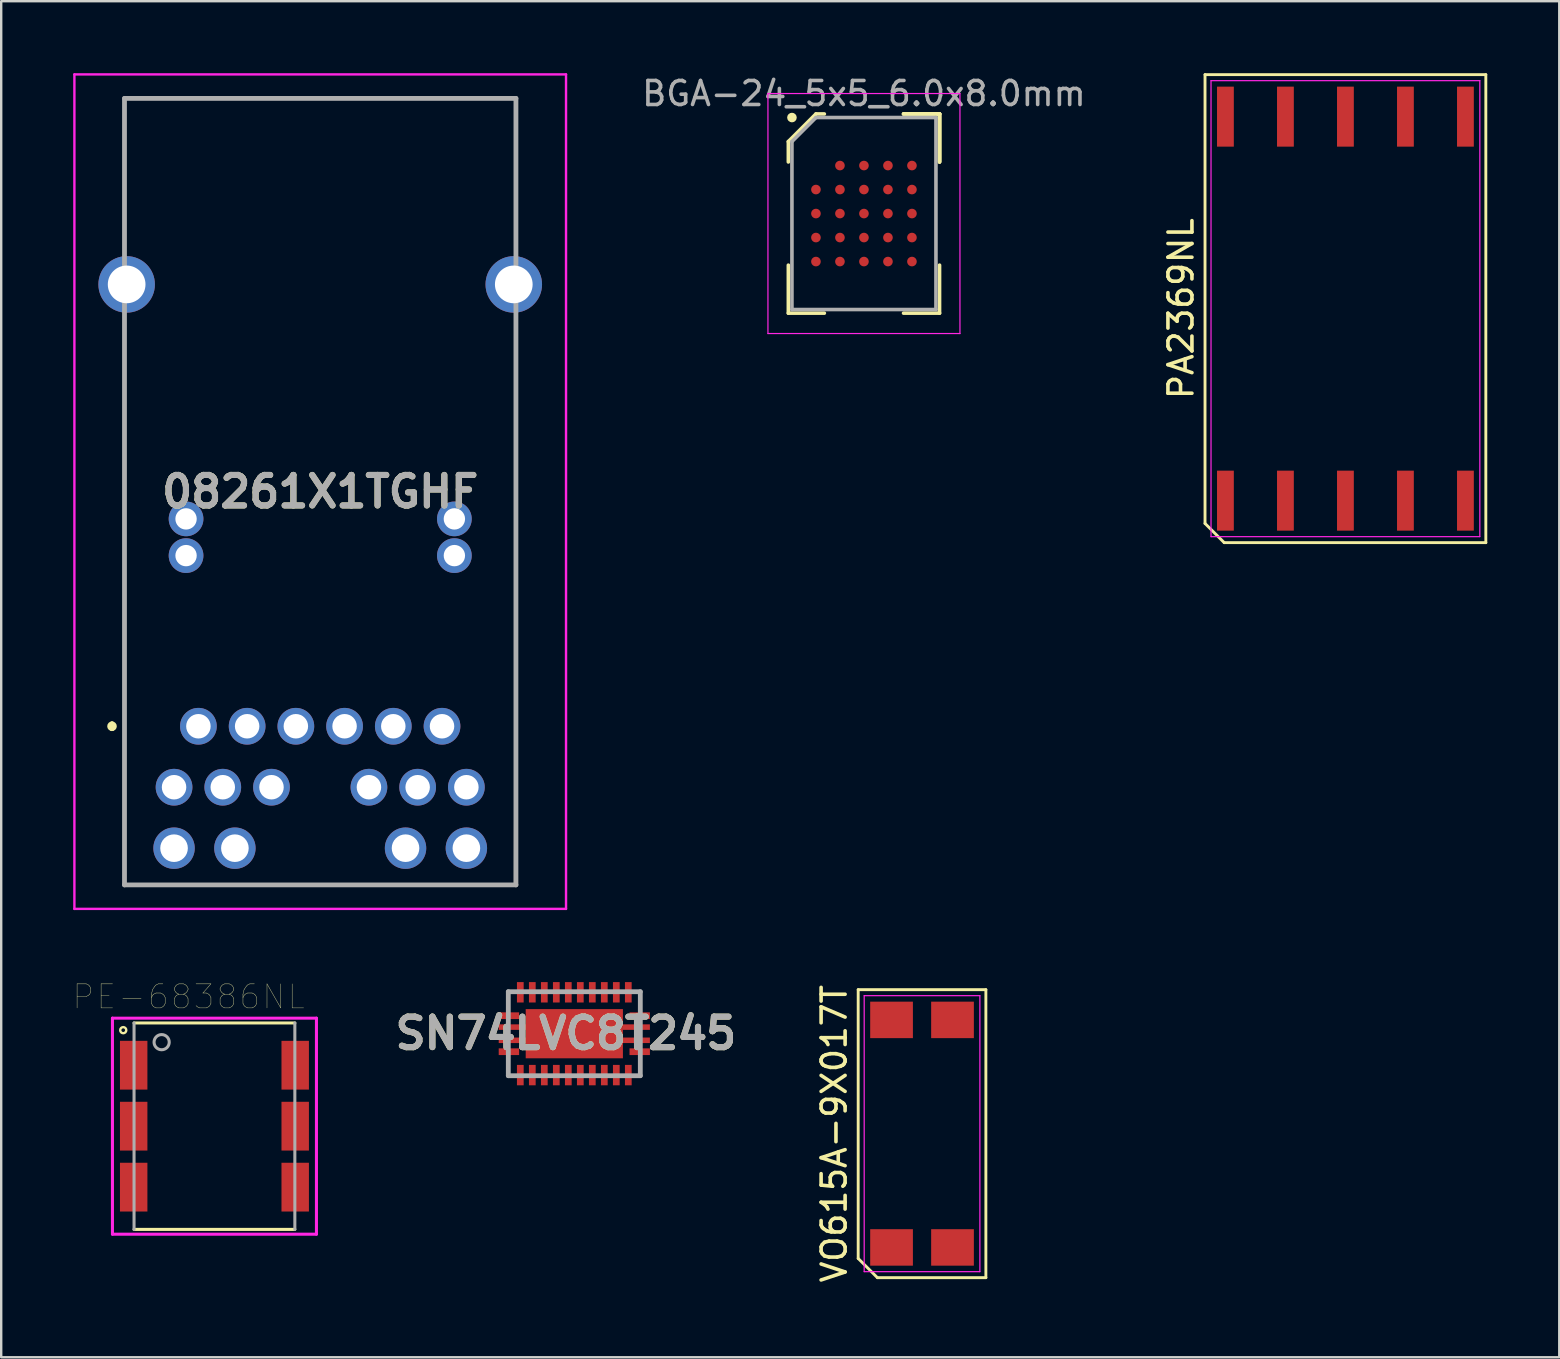
<source format=kicad_pcb>
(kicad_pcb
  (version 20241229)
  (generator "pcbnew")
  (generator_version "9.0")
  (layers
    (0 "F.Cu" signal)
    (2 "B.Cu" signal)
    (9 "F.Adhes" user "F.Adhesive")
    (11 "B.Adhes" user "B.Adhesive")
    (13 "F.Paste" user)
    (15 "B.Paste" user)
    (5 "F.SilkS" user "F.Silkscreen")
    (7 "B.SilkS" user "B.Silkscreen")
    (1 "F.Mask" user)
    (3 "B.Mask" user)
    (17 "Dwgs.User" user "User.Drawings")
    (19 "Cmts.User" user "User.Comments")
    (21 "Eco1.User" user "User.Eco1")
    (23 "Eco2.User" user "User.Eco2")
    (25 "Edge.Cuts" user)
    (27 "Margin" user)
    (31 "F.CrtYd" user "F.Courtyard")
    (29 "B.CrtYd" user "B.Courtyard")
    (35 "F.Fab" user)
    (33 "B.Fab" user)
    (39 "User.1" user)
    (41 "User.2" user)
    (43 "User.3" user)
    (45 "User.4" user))
  (footprint "PA2369NL"
    (layer "F.Cu")
    (at 53.008 9.81)
    (property "Reference" "PA2369NL" (at -6.85 0 90) (layer "F.SilkS") (effects (font (size 1 1) (thickness 0.15))))
    (attr smd)
    (fp_line (start -5.85 -9.75) (end 5.85 -9.75) (stroke (width 0.12) (type solid)) (layer "F.SilkS"))
    (fp_line (start -5.85 8.95) (end -5.85 -9.75) (stroke (width 0.12) (type solid)) (layer "F.SilkS"))
    (fp_line (start -5.05 9.75) (end -5.85 8.95) (stroke (width 0.12) (type solid)) (layer "F.SilkS"))
    (fp_line (start 5.85 -9.75) (end 5.85 9.75) (stroke (width 0.12) (type solid)) (layer "F.SilkS"))
    (fp_line (start 5.85 9.75) (end -5.05 9.75) (stroke (width 0.12) (type solid)) (layer "F.SilkS"))
    (fp_line (start -5.6 -9.5) (end 5.6 -9.5) (stroke (width 0.05) (type solid)) (layer "F.CrtYd"))
    (fp_line (start -5.6 9.5) (end -5.6 -9.5) (stroke (width 0.05) (type solid)) (layer "F.CrtYd"))
    (fp_line (start 5.6 -9.5) (end 5.6 9.5) (stroke (width 0.05) (type solid)) (layer "F.CrtYd"))
    (fp_line (start 5.6 9.5) (end -5.6 9.5) (stroke (width 0.05) (type solid)) (layer "F.CrtYd"))
    (pad "1" smd rect (at -5 8) (size 0.7 2.5) (layers "F.Cu" "F.Mask" "F.Paste"))
    (pad "2" smd rect (at -2.5 8) (size 0.7 2.5) (layers "F.Cu" "F.Mask" "F.Paste"))
    (pad "3" smd rect (at 0 8) (size 0.7 2.5) (layers "F.Cu" "F.Mask" "F.Paste"))
    (pad "4" smd rect (at 2.5 8) (size 0.7 2.5) (layers "F.Cu" "F.Mask" "F.Paste"))
    (pad "5" smd rect (at 5 8) (size 0.7 2.5) (layers "F.Cu" "F.Mask" "F.Paste"))
    (pad "6" smd rect (at 5 -8) (size 0.7 2.5) (layers "F.Cu" "F.Mask" "F.Paste"))
    (pad "7" smd rect (at 2.5 -8) (size 0.7 2.5) (layers "F.Cu" "F.Mask" "F.Paste"))
    (pad "8" smd rect (at 0 -8) (size 0.7 2.5) (layers "F.Cu" "F.Mask" "F.Paste"))
    (pad "9" smd rect (at -2.5 -8) (size 0.7 2.5) (layers "F.Cu" "F.Mask" "F.Paste"))
    (pad "10" smd rect (at -5 -8) (size 0.7 2.5) (layers "F.Cu" "F.Mask" "F.Paste")))
  (footprint "SN74LVC8T245"
    (layer "F.Cu")
    (at 20.879 40.02)
    (property "Reference" "SN74LVC8T245" (at -0.35 -0.015 0) (layer "F.SilkS") (effects (font (size 1.27 1.27) (thickness 0.254))))
    (attr smd)
    (fp_line (start -2.75 -1.75) (end 2.75 -1.75) (stroke (width 0.2) (type solid)) (layer "F.Fab"))
    (fp_line (start -2.75 1.75) (end -2.75 -1.75) (stroke (width 0.2) (type solid)) (layer "F.Fab"))
    (fp_line (start 2.75 -1.75) (end 2.75 1.75) (stroke (width 0.2) (type solid)) (layer "F.Fab"))
    (fp_line (start 2.75 1.75) (end -2.75 1.75) (stroke (width 0.2) (type solid)) (layer "F.Fab"))
    (fp_text user "${REFERENCE}" (at -0.35 -0.015 0) (layer "F.Fab") (effects (font (size 1.27 1.27) (thickness 0.254))))
    (pad "1" smd rect (at -2.725 0.75 90) (size 0.28 0.85) (layers "F.Cu" "F.Mask" "F.Paste"))
    (pad "2" smd rect (at -2.25 1.725) (size 0.28 0.85) (layers "F.Cu" "F.Mask" "F.Paste"))
    (pad "3" smd rect (at -1.75 1.725) (size 0.28 0.85) (layers "F.Cu" "F.Mask" "F.Paste"))
    (pad "4" smd rect (at -1.25 1.725) (size 0.28 0.85) (layers "F.Cu" "F.Mask" "F.Paste"))
    (pad "5" smd rect (at -0.75 1.725) (size 0.28 0.85) (layers "F.Cu" "F.Mask" "F.Paste"))
    (pad "6" smd rect (at -0.25 1.725) (size 0.28 0.85) (layers "F.Cu" "F.Mask" "F.Paste"))
    (pad "7" smd rect (at 0.25 1.725) (size 0.28 0.85) (layers "F.Cu" "F.Mask" "F.Paste"))
    (pad "8" smd rect (at 0.75 1.725) (size 0.28 0.85) (layers "F.Cu" "F.Mask" "F.Paste"))
    (pad "9" smd rect (at 1.25 1.725) (size 0.28 0.85) (layers "F.Cu" "F.Mask" "F.Paste"))
    (pad "10" smd rect (at 1.75 1.725) (size 0.28 0.85) (layers "F.Cu" "F.Mask" "F.Paste"))
    (pad "11" smd rect (at 2.25 1.725) (size 0.28 0.85) (layers "F.Cu" "F.Mask" "F.Paste"))
    (pad "12" smd rect (at 2.725 0.75 90) (size 0.28 0.85) (layers "F.Cu" "F.Mask" "F.Paste"))
    (pad "13" smd rect (at 2.725 -0.75 90) (size 0.28 0.85) (layers "F.Cu" "F.Mask" "F.Paste"))
    (pad "14" smd rect (at 2.25 -1.725) (size 0.28 0.85) (layers "F.Cu" "F.Mask" "F.Paste"))
    (pad "15" smd rect (at 1.75 -1.725) (size 0.28 0.85) (layers "F.Cu" "F.Mask" "F.Paste"))
    (pad "16" smd rect (at 1.25 -1.725) (size 0.28 0.85) (layers "F.Cu" "F.Mask" "F.Paste"))
    (pad "17" smd rect (at 0.75 -1.725) (size 0.28 0.85) (layers "F.Cu" "F.Mask" "F.Paste"))
    (pad "18" smd rect (at 0.25 -1.725) (size 0.28 0.85) (layers "F.Cu" "F.Mask" "F.Paste"))
    (pad "19" smd rect (at -0.25 -1.725) (size 0.28 0.85) (layers "F.Cu" "F.Mask" "F.Paste"))
    (pad "20" smd rect (at -0.75 -1.725) (size 0.28 0.85) (layers "F.Cu" "F.Mask" "F.Paste"))
    (pad "21" smd rect (at -1.25 -1.725) (size 0.28 0.85) (layers "F.Cu" "F.Mask" "F.Paste"))
    (pad "22" smd rect (at -1.75 -1.725) (size 0.28 0.85) (layers "F.Cu" "F.Mask" "F.Paste"))
    (pad "23" smd rect (at -2.25 -1.725) (size 0.28 0.85) (layers "F.Cu" "F.Mask" "F.Paste"))
    (pad "24" smd rect (at -2.725 -0.75 90) (size 0.28 0.85) (layers "F.Cu" "F.Mask" "F.Paste"))
    (pad "25" smd rect (at 0 0 90) (size 2.05 4.05) (layers "F.Cu" "F.Mask" "F.Paste"))
    (pad "26" smd rect (at 2.587 0.275 90) (size 0.23 1.125) (layers "F.Cu" "F.Mask" "F.Paste"))
    (pad "27" smd rect (at 2.587 -0.275 90) (size 0.23 1.125) (layers "F.Cu" "F.Mask" "F.Paste"))
    (pad "28" smd rect (at -2.587 -0.275 90) (size 0.23 1.125) (layers "F.Cu" "F.Mask" "F.Paste"))
    (pad "29" smd rect (at -2.587 0.275 90) (size 0.23 1.125) (layers "F.Cu" "F.Mask" "F.Paste")))
  (footprint "VO615A-9X017T"
    (layer "F.Cu")
    (at 35.367 44.185)
    (property "Reference" "VO615A-9X017T" (at -3.66 0 90) (layer "F.SilkS") (effects (font (size 1 1) (thickness 0.15))))
    (attr smd)
    (fp_line (start -2.66 -6) (end 2.66 -6) (stroke (width 0.12) (type solid)) (layer "F.SilkS"))
    (fp_line (start -2.66 5.2) (end -2.66 -6) (stroke (width 0.12) (type solid)) (layer "F.SilkS"))
    (fp_line (start -1.86 6) (end -2.66 5.2) (stroke (width 0.12) (type solid)) (layer "F.SilkS"))
    (fp_line (start 2.66 -6) (end 2.66 6) (stroke (width 0.12) (type solid)) (layer "F.SilkS"))
    (fp_line (start 2.66 6) (end -1.86 6) (stroke (width 0.12) (type solid)) (layer "F.SilkS"))
    (fp_line (start -2.41 -5.75) (end 2.41 -5.75) (stroke (width 0.05) (type solid)) (layer "F.CrtYd"))
    (fp_line (start -2.41 5.75) (end -2.41 -5.75) (stroke (width 0.05) (type solid)) (layer "F.CrtYd"))
    (fp_line (start 2.41 -5.75) (end 2.41 5.75) (stroke (width 0.05) (type solid)) (layer "F.CrtYd"))
    (fp_line (start 2.41 5.75) (end -2.41 5.75) (stroke (width 0.05) (type solid)) (layer "F.CrtYd"))
    (pad "1" smd rect (at -1.27 4.74) (size 1.78 1.52) (layers "F.Cu" "F.Mask" "F.Paste"))
    (pad "2" smd rect (at 1.27 4.74) (size 1.78 1.52) (layers "F.Cu" "F.Mask" "F.Paste"))
    (pad "3" smd rect (at 1.27 -4.74) (size 1.78 1.52) (layers "F.Cu" "F.Mask" "F.Paste"))
    (pad "4" smd rect (at -1.27 -4.74) (size 1.78 1.52) (layers "F.Cu" "F.Mask" "F.Paste")))
  (footprint "08261X1TGHF"
    (layer "F.Cu")
    (at 5.217 27.21)
    (property "Reference" "08261X1TGHF" (at 5.075 -9.775 0) (layer "F.SilkS") (effects (font (size 1.27 1.27) (thickness 0.254))))
    (attr through_hole)
    (fp_line (start -3.6 -0.1) (end -3.6 -0.1) (stroke (width 0.2) (type solid)) (layer "F.SilkS"))
    (fp_line (start -3.6 0.1) (end -3.6 0.1) (stroke (width 0.2) (type solid)) (layer "F.SilkS"))
    (fp_line (start -3.08 -26.16) (end 13.23 -26.16) (stroke (width 0.1) (type solid)) (layer "F.SilkS"))
    (fp_line (start -3.08 -21.08) (end -3.08 -26.16) (stroke (width 0.1) (type solid)) (layer "F.SilkS"))
    (fp_line (start -3.08 -13.46) (end -3.08 6.61) (stroke (width 0.1) (type solid)) (layer "F.SilkS"))
    (fp_line (start -3.08 6.61) (end 13.195 6.61) (stroke (width 0.1) (type solid)) (layer "F.SilkS"))
    (fp_line (start 13.195 6.61) (end 13.23 -15.24) (stroke (width 0.1) (type solid)) (layer "F.SilkS"))
    (fp_line (start 13.23 -26.16) (end 13.23 -21.08) (stroke (width 0.1) (type solid)) (layer "F.SilkS"))
    (fp_arc (start -3.6 -0.1) (mid -3.5 0) (end -3.6 0.1) (stroke (width 0.2) (type solid)) (layer "F.SilkS"))
    (fp_arc (start -3.6 0.1) (mid -3.7 0) (end -3.6 -0.1) (stroke (width 0.2) (type solid)) (layer "F.SilkS"))
    (fp_line (start -5.167 -27.16) (end 15.317 -27.16) (stroke (width 0.1) (type solid)) (layer "F.CrtYd"))
    (fp_line (start -5.167 7.61) (end -5.167 -27.16) (stroke (width 0.1) (type solid)) (layer "F.CrtYd"))
    (fp_line (start 15.317 -27.16) (end 15.317 7.61) (stroke (width 0.1) (type solid)) (layer "F.CrtYd"))
    (fp_line (start 15.317 7.61) (end -5.167 7.61) (stroke (width 0.1) (type solid)) (layer "F.CrtYd"))
    (fp_line (start -3.08 -26.16) (end 13.23 -26.16) (stroke (width 0.2) (type solid)) (layer "F.Fab"))
    (fp_line (start -3.08 6.61) (end -3.08 -26.16) (stroke (width 0.2) (type solid)) (layer "F.Fab"))
    (fp_line (start 13.23 -26.16) (end 13.23 6.61) (stroke (width 0.2) (type solid)) (layer "F.Fab"))
    (fp_line (start 13.23 6.61) (end -3.08 6.61) (stroke (width 0.2) (type solid)) (layer "F.Fab"))
    (fp_text user "${REFERENCE}" (at 5.075 -9.775 0) (layer "F.Fab") (effects (font (size 1.27 1.27) (thickness 0.254))))
    (pad "" np_thru_hole circle (at -1.275 -15.24) (size 0.001 0.001) (drill 3.25) (layers "*.Cu" "*.Mask"))
    (pad "" np_thru_hole circle (at 11.425 -15.24) (size 0.001 0.001) (drill 3.25) (layers "*.Cu" "*.Mask"))
    (pad "1" thru_hole circle (at 0 0) (size 1.53 1.53) (drill 1.02) (layers "*.Cu" "*.Mask"))
    (pad "2" thru_hole circle (at 2.03 0) (size 1.53 1.53) (drill 1.02) (layers "*.Cu" "*.Mask"))
    (pad "3" thru_hole circle (at 4.06 0) (size 1.53 1.53) (drill 1.02) (layers "*.Cu" "*.Mask"))
    (pad "4" thru_hole circle (at 6.09 0) (size 1.53 1.53) (drill 1.02) (layers "*.Cu" "*.Mask"))
    (pad "5" thru_hole circle (at 8.12 0) (size 1.53 1.53) (drill 1.02) (layers "*.Cu" "*.Mask"))
    (pad "6" thru_hole circle (at 10.15 0) (size 1.53 1.53) (drill 1.02) (layers "*.Cu" "*.Mask"))
    (pad "7" thru_hole circle (at -1.015 2.54) (size 1.53 1.53) (drill 1.02) (layers "*.Cu" "*.Mask"))
    (pad "8" thru_hole circle (at 1.015 2.54) (size 1.53 1.53) (drill 1.02) (layers "*.Cu" "*.Mask"))
    (pad "9" thru_hole circle (at 3.045 2.54) (size 1.53 1.53) (drill 1.02) (layers "*.Cu" "*.Mask"))
    (pad "10" thru_hole circle (at 7.105 2.54) (size 1.53 1.53) (drill 1.02) (layers "*.Cu" "*.Mask"))
    (pad "11" thru_hole circle (at 9.135 2.54) (size 1.53 1.53) (drill 1.02) (layers "*.Cu" "*.Mask"))
    (pad "12" thru_hole circle (at 11.165 2.54) (size 1.53 1.53) (drill 1.02) (layers "*.Cu" "*.Mask"))
    (pad "13" thru_hole circle (at -0.515 -7.11) (size 1.446 1.446) (drill 0.89) (layers "*.Cu" "*.Mask"))
    (pad "14" thru_hole circle (at 10.665 -7.11) (size 1.446 1.446) (drill 0.89) (layers "*.Cu" "*.Mask"))
    (pad "15" thru_hole circle (at -0.515 -8.64) (size 1.446 1.446) (drill 0.89) (layers "*.Cu" "*.Mask"))
    (pad "16" thru_hole circle (at 10.665 -8.64) (size 1.446 1.446) (drill 0.89) (layers "*.Cu" "*.Mask"))
    (pad "17" thru_hole circle (at -1.015 5.08) (size 1.725 1.725) (drill 1.15) (layers "*.Cu" "*.Mask"))
    (pad "18" thru_hole circle (at 1.52 5.08) (size 1.725 1.725) (drill 1.15) (layers "*.Cu" "*.Mask"))
    (pad "19" thru_hole circle (at 8.63 5.08) (size 1.725 1.725) (drill 1.15) (layers "*.Cu" "*.Mask"))
    (pad "20" thru_hole circle (at 11.165 5.08) (size 1.725 1.725) (drill 1.15) (layers "*.Cu" "*.Mask"))
    (pad "21" thru_hole circle (at -2.99 -18.41) (size 2.355 2.355) (drill 1.57) (layers "*.Cu" "*.Mask"))
    (pad "22" thru_hole circle (at 13.14 -18.41) (size 2.355 2.355) (drill 1.57) (layers "*.Cu" "*.Mask")))
  (footprint "PE-68386NL"
    (layer "F.Cu")
    (at 5.885 43.873)
    (property "Reference" "PE-68386NL" (at -1.076 -5.391 0) (layer "F.SilkS") (effects (font (size 1.001 1.001) (thickness 0.015))))
    (attr through_hole)
    (fp_line (start -3.35 4.3) (end 3.35 4.3) (stroke (width 0.127) (type solid)) (layer "F.SilkS"))
    (fp_line (start 3.35 -4.3) (end -3.35 -4.3) (stroke (width 0.127) (type solid)) (layer "F.SilkS"))
    (fp_circle (center -3.8 -4) (end -3.673 -4) (stroke (width 0.1) (type solid)) (fill no) (layer "F.SilkS"))
    (fp_line (start -4.25 -4.5) (end 4.25 -4.5) (stroke (width 0.127) (type solid)) (layer "F.CrtYd"))
    (fp_line (start -4.25 4.5) (end -4.25 -4.5) (stroke (width 0.127) (type solid)) (layer "F.CrtYd"))
    (fp_line (start 4.25 -4.5) (end 4.25 4.5) (stroke (width 0.127) (type solid)) (layer "F.CrtYd"))
    (fp_line (start 4.25 4.5) (end -4.25 4.5) (stroke (width 0.127) (type solid)) (layer "F.CrtYd"))
    (fp_line (start -3.35 -4.3) (end -3.35 4.3) (stroke (width 0.127) (type solid)) (layer "F.Fab"))
    (fp_line (start 3.35 4.3) (end 3.35 -4.3) (stroke (width 0.127) (type solid)) (layer "F.Fab"))
    (fp_circle (center -2.2 -3.5) (end -1.884 -3.5) (stroke (width 0.127) (type solid)) (fill no) (layer "F.Fab"))
    (pad "1" smd rect (at -3.365 -2.54) (size 1.143 2.032) (layers "F.Cu" "F.Mask"))
    (pad "2" smd rect (at -3.365 0) (size 1.143 2.032) (layers "F.Cu" "F.Mask"))
    (pad "3" smd rect (at -3.365 2.54) (size 1.143 2.032) (layers "F.Cu" "F.Mask"))
    (pad "4" smd rect (at 3.365 2.54) (size 1.143 2.032) (layers "F.Cu" "F.Mask"))
    (pad "5" smd rect (at 3.365 0) (size 1.143 2.032) (layers "F.Cu" "F.Mask"))
    (pad "6" smd rect (at 3.365 -2.54) (size 1.143 2.032) (layers "F.Cu" "F.Mask")))
  (footprint "BGA-24_5x5_6.0x8.0mm"
    (layer "F.Cu")
    (at 32.947 5.848)
    (property "Reference" "BGA-24_5x5_6.0x8.0mm" (at 0 -5 0) (layer "F.Fab") (effects (font (size 1 1) (thickness 0.15))))
    (attr smd)
    (fp_line (start -3.15 -3) (end -3.15 -2.15) (stroke (width 0.15) (type solid)) (layer "F.SilkS"))
    (fp_line (start -3.15 4.15) (end -3.15 2.15) (stroke (width 0.15) (type solid)) (layer "F.SilkS"))
    (fp_line (start -2 -4.15) (end -3.15 -3) (stroke (width 0.15) (type solid)) (layer "F.SilkS"))
    (fp_line (start -1.65 -4.15) (end -2 -4.15) (stroke (width 0.15) (type solid)) (layer "F.SilkS"))
    (fp_line (start -1.65 4.15) (end -3.15 4.15) (stroke (width 0.15) (type solid)) (layer "F.SilkS"))
    (fp_line (start 1.65 -4.15) (end 3.15 -4.15) (stroke (width 0.15) (type solid)) (layer "F.SilkS"))
    (fp_line (start 1.65 -4.15) (end 3.15 -4.15) (stroke (width 0.15) (type solid)) (layer "F.SilkS"))
    (fp_line (start 1.65 -4.15) (end 3.15 -4.15) (stroke (width 0.15) (type solid)) (layer "F.SilkS"))
    (fp_line (start 1.65 4.15) (end 3.15 4.15) (stroke (width 0.15) (type solid)) (layer "F.SilkS"))
    (fp_line (start 3.15 -4.15) (end 3.15 -2.15) (stroke (width 0.15) (type solid)) (layer "F.SilkS"))
    (fp_line (start 3.15 -4.15) (end 3.15 -2.15) (stroke (width 0.15) (type solid)) (layer "F.SilkS"))
    (fp_line (start 3.15 -4.15) (end 3.15 -2.15) (stroke (width 0.15) (type solid)) (layer "F.SilkS"))
    (fp_line (start 3.15 4.15) (end 3.15 2.15) (stroke (width 0.15) (type solid)) (layer "F.SilkS"))
    (fp_circle (center -3 -4) (end -3 -3.9) (stroke (width 0.2) (type solid)) (fill no) (layer "F.SilkS"))
    (fp_line (start -4 -5) (end 4 -5) (stroke (width 0.05) (type solid)) (layer "F.CrtYd"))
    (fp_line (start -4 5) (end -4 -5) (stroke (width 0.05) (type solid)) (layer "F.CrtYd"))
    (fp_line (start 4 -5) (end 4 5) (stroke (width 0.05) (type solid)) (layer "F.CrtYd"))
    (fp_line (start 4 5) (end -4 5) (stroke (width 0.05) (type solid)) (layer "F.CrtYd"))
    (fp_line (start -3 -3) (end -3 4) (stroke (width 0.15) (type solid)) (layer "F.Fab"))
    (fp_line (start -3 4) (end 3 4) (stroke (width 0.15) (type solid)) (layer "F.Fab"))
    (fp_line (start -2 -4) (end -3 -3) (stroke (width 0.15) (type solid)) (layer "F.Fab"))
    (fp_line (start 3 -4) (end -2 -4) (stroke (width 0.15) (type solid)) (layer "F.Fab"))
    (fp_line (start 3 4) (end 3 -4) (stroke (width 0.15) (type solid)) (layer "F.Fab"))
    (pad "A2" smd circle (at -1 -2) (size 0.4 0.4) (layers "F.Cu" "F.Mask" "F.Paste"))
    (pad "A3" smd circle (at 0 -2) (size 0.4 0.4) (layers "F.Cu" "F.Mask" "F.Paste"))
    (pad "A4" smd circle (at 1 -2) (size 0.4 0.4) (layers "F.Cu" "F.Mask" "F.Paste"))
    (pad "A5" smd circle (at 2 -2) (size 0.4 0.4) (layers "F.Cu" "F.Mask" "F.Paste"))
    (pad "B1" smd circle (at -2 -1) (size 0.4 0.4) (layers "F.Cu" "F.Mask" "F.Paste"))
    (pad "B2" smd circle (at -1 -1) (size 0.4 0.4) (layers "F.Cu" "F.Mask" "F.Paste"))
    (pad "B3" smd circle (at 0 -1) (size 0.4 0.4) (layers "F.Cu" "F.Mask" "F.Paste"))
    (pad "B4" smd circle (at 1 -1) (size 0.4 0.4) (layers "F.Cu" "F.Mask" "F.Paste"))
    (pad "B5" smd circle (at 2 -1) (size 0.4 0.4) (layers "F.Cu" "F.Mask" "F.Paste"))
    (pad "C1" smd circle (at -2 0) (size 0.4 0.4) (layers "F.Cu" "F.Mask" "F.Paste"))
    (pad "C2" smd circle (at -1 0) (size 0.4 0.4) (layers "F.Cu" "F.Mask" "F.Paste"))
    (pad "C3" smd circle (at 0 0) (size 0.4 0.4) (layers "F.Cu" "F.Mask" "F.Paste"))
    (pad "C4" smd circle (at 1 0) (size 0.4 0.4) (layers "F.Cu" "F.Mask" "F.Paste"))
    (pad "C5" smd circle (at 2 0) (size 0.4 0.4) (layers "F.Cu" "F.Mask" "F.Paste"))
    (pad "D1" smd circle (at -2 1) (size 0.4 0.4) (layers "F.Cu" "F.Mask" "F.Paste"))
    (pad "D2" smd circle (at -1 1) (size 0.4 0.4) (layers "F.Cu" "F.Mask" "F.Paste"))
    (pad "D3" smd circle (at 0 1) (size 0.4 0.4) (layers "F.Cu" "F.Mask" "F.Paste"))
    (pad "D4" smd circle (at 1 1) (size 0.4 0.4) (layers "F.Cu" "F.Mask" "F.Paste"))
    (pad "D5" smd circle (at 2 1) (size 0.4 0.4) (layers "F.Cu" "F.Mask" "F.Paste"))
    (pad "E1" smd circle (at -2 2) (size 0.4 0.4) (layers "F.Cu" "F.Mask" "F.Paste"))
    (pad "E2" smd circle (at -1 2) (size 0.4 0.4) (layers "F.Cu" "F.Mask" "F.Paste"))
    (pad "E3" smd circle (at 0 2) (size 0.4 0.4) (layers "F.Cu" "F.Mask" "F.Paste"))
    (pad "E4" smd circle (at 1 2) (size 0.4 0.4) (layers "F.Cu" "F.Mask" "F.Paste"))
    (pad "E5" smd circle (at 2 2) (size 0.4 0.4) (layers "F.Cu" "F.Mask" "F.Paste")))
  (gr_rect
    (start -3 -3)
    (end 61.918 53.501)
    (stroke (width 0.1) (type default))
    (fill no)
    (layer "Edge.Cuts")))
</source>
